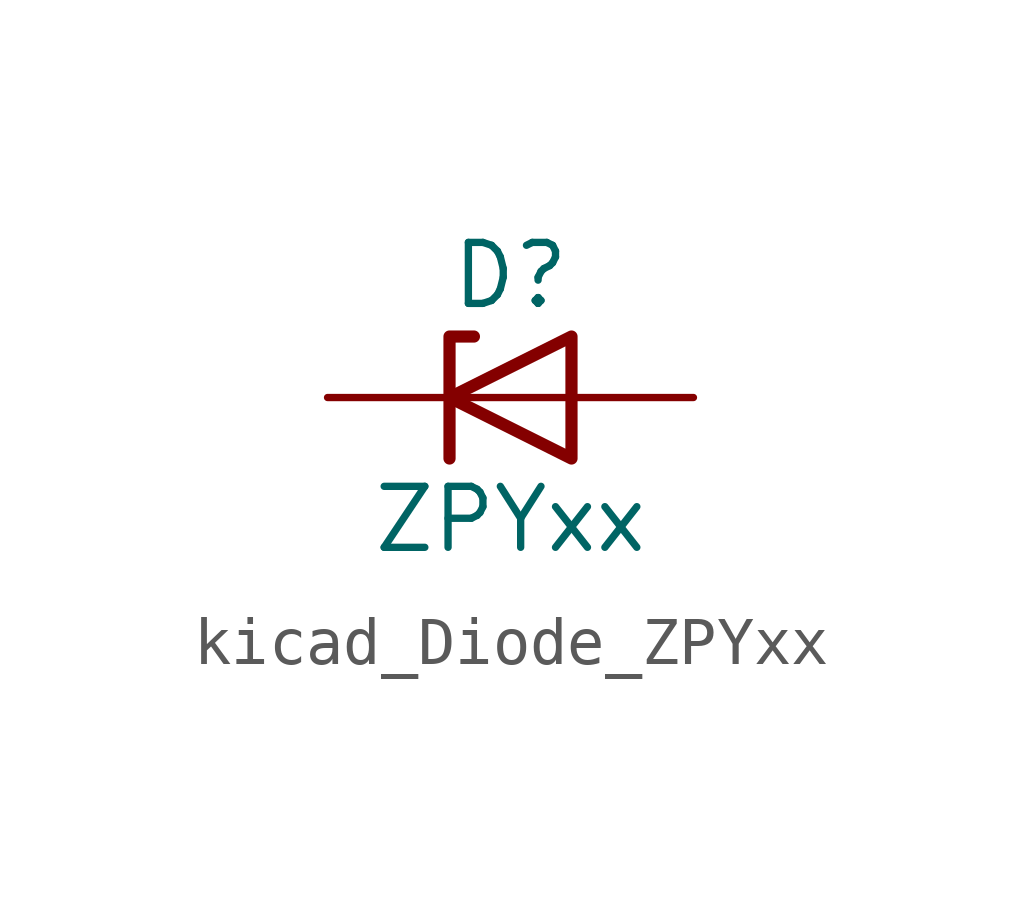
<source format=kicad_sym>
(kicad_symbol_lib
  (version 20220914)
  (generator kicad_symbol_editor)
  (symbol "kicad_Diode_ZPYxx"
    (pin_numbers hide)
    (pin_names hide)
    (property "Reference" "D"
      (at 0 2.54 0)
      (effects (font (size 1.27 1.27))))
    (property "Value" "ZPYxx"
      (at 0 -2.54 0)
      (effects (font (size 1.27 1.27))))
    (symbol "kicad_Diode_ZPYxx_0_1"
      (polyline (pts (xy 1.27 0) (xy -1.27 0)) (stroke (width 0) (type default)) (fill (type none)))
      (polyline (pts (xy -1.27 -1.27) (xy -1.27 1.27) (xy -0.762 1.27)) (stroke (width 0.254) (type default)) (fill (type none)))
      (polyline (pts (xy 1.27 -1.27) (xy 1.27 1.27) (xy -1.27 0) (xy 1.27 -1.27)) (stroke (width 0.254) (type default)) (fill (type none))))
    (symbol "kicad_Diode_ZPYxx_1_1"
      (pin passive line (at -3.81 0 0) (length 2.54) (name "K" (effects (font (size 1.27 1.27)))) (number "1" (effects (font (size 1.27 1.27)))))
      (pin passive line (at 3.81 0 180) (length 2.54) (name "A" (effects (font (size 1.27 1.27)))) (number "2" (effects (font (size 1.27 1.27))))))))
</source>
